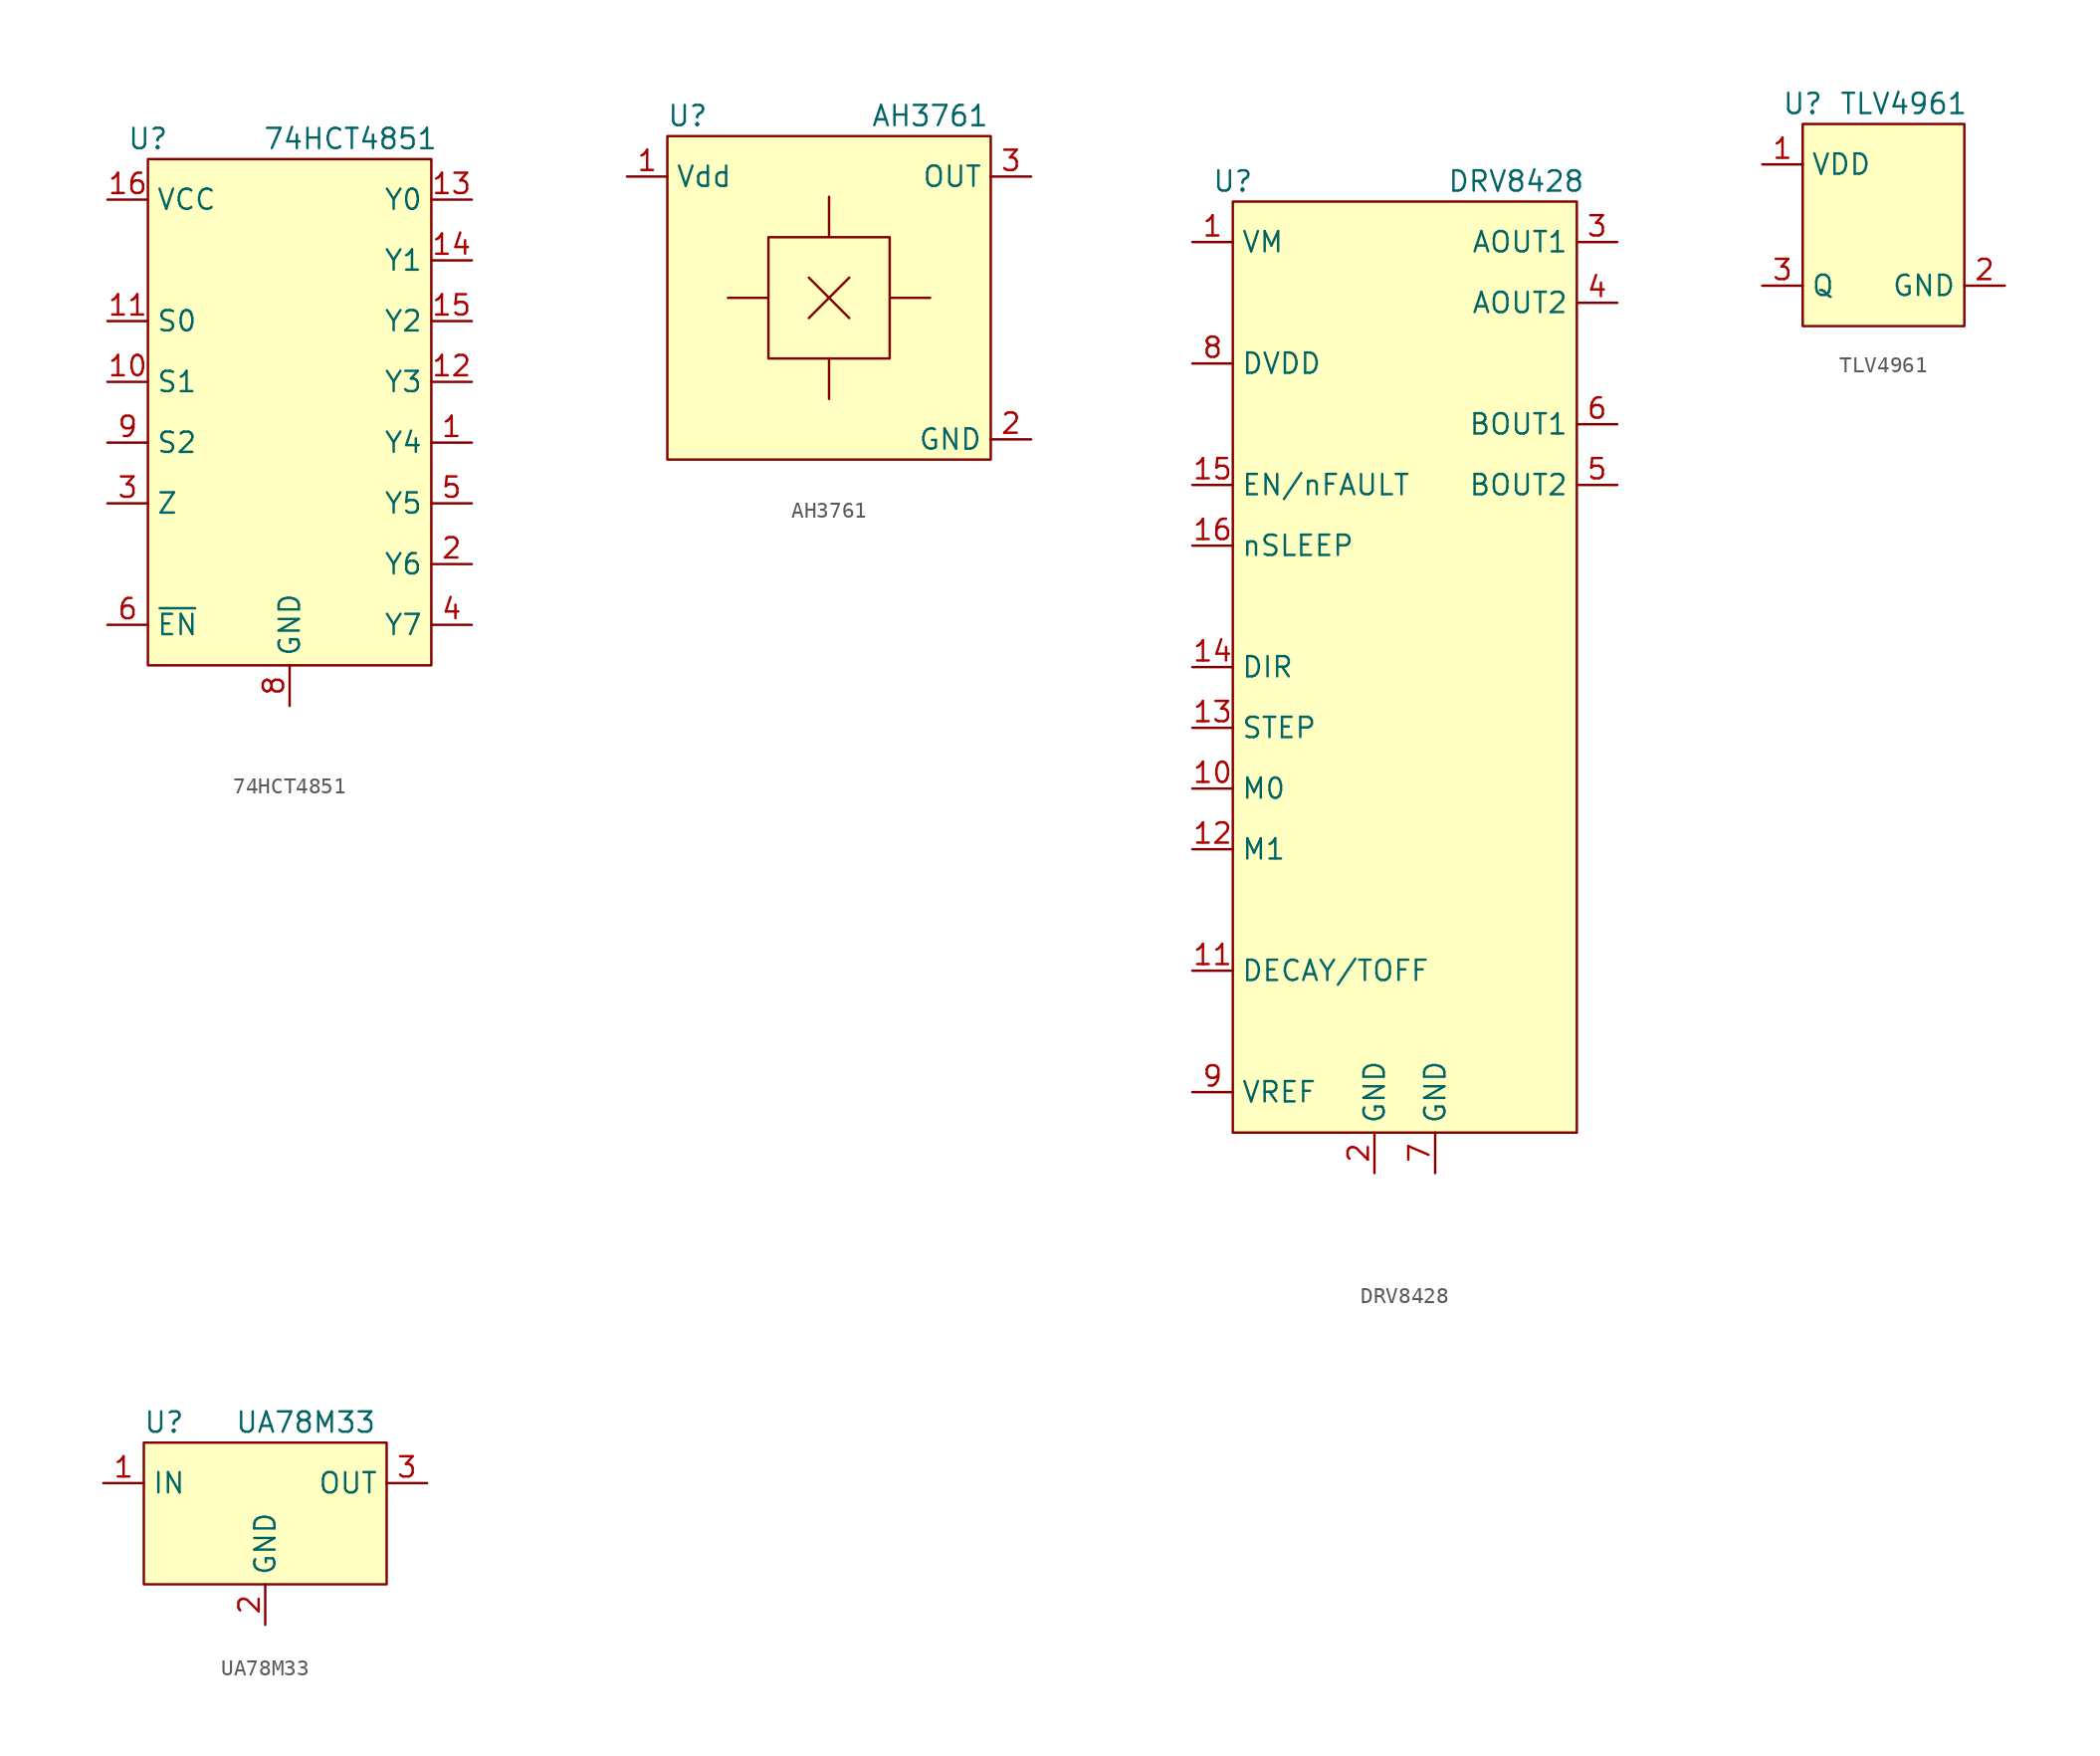
<source format=kicad_sym>
(kicad_symbol_lib
  (version 20220914)
  (generator kicad_symbol_editor)
  (symbol "74HCT4851"
    (property "Reference" "U"
      (at 0 1.27 0)
      (effects (font (size 1.27 1.27))))
    (property "Value" "74HCT4851"
      (at 12.7 1.27 0)
      (effects (font (size 1.27 1.27))))
    (symbol "74HCT4851_1_1"
      (rectangle (start 0 0) (end 17.78 -31.75) (stroke (width 0) (type default)) (fill (type background)))
      (pin output line (at 20.32 -17.78 180) (length 2.54) (name "Y4" (effects (font (size 1.27 1.27)))) (number "1" (effects (font (size 1.27 1.27)))))
      (pin input line (at -2.54 -13.97 0) (length 2.54) (name "S1" (effects (font (size 1.27 1.27)))) (number "10" (effects (font (size 1.27 1.27)))))
      (pin input line (at -2.54 -10.16 0) (length 2.54) (name "S0" (effects (font (size 1.27 1.27)))) (number "11" (effects (font (size 1.27 1.27)))))
      (pin output line (at 20.32 -13.97 180) (length 2.54) (name "Y3" (effects (font (size 1.27 1.27)))) (number "12" (effects (font (size 1.27 1.27)))))
      (pin output line (at 20.32 -2.54 180) (length 2.54) (name "Y0" (effects (font (size 1.27 1.27)))) (number "13" (effects (font (size 1.27 1.27)))))
      (pin output line (at 20.32 -6.35 180) (length 2.54) (name "Y1" (effects (font (size 1.27 1.27)))) (number "14" (effects (font (size 1.27 1.27)))))
      (pin output line (at 20.32 -10.16 180) (length 2.54) (name "Y2" (effects (font (size 1.27 1.27)))) (number "15" (effects (font (size 1.27 1.27)))))
      (pin power_in line (at -2.54 -2.54 0) (length 2.54) (name "VCC" (effects (font (size 1.27 1.27)))) (number "16" (effects (font (size 1.27 1.27)))))
      (pin output line (at 20.32 -25.4 180) (length 2.54) (name "Y6" (effects (font (size 1.27 1.27)))) (number "2" (effects (font (size 1.27 1.27)))))
      (pin input line (at -2.54 -21.59 0) (length 2.54) (name "Z" (effects (font (size 1.27 1.27)))) (number "3" (effects (font (size 1.27 1.27)))))
      (pin output line (at 20.32 -29.21 180) (length 2.54) (name "Y7" (effects (font (size 1.27 1.27)))) (number "4" (effects (font (size 1.27 1.27)))))
      (pin output line (at 20.32 -21.59 180) (length 2.54) (name "Y5" (effects (font (size 1.27 1.27)))) (number "5" (effects (font (size 1.27 1.27)))))
      (pin input line (at -2.54 -29.21 0) (length 2.54) (name "~{EN}" (effects (font (size 1.27 1.27)))) (number "6" (effects (font (size 1.27 1.27)))))
      (pin power_in line (at 8.89 -34.29 90) (length 2.54) (name "GND" (effects (font (size 1.27 1.27)))) (number "8" (effects (font (size 1.27 1.27)))))
      (pin input line (at -2.54 -17.78 0) (length 2.54) (name "S2" (effects (font (size 1.27 1.27)))) (number "9" (effects (font (size 1.27 1.27)))))))
  (symbol "AH3761"
    (property "Reference" "U"
      (at 1.27 1.27 0)
      (effects (font (size 1.27 1.27))))
    (property "Value" "AH3761"
      (at 16.51 1.27 0)
      (effects (font (size 1.27 1.27))))
    (symbol "AH3761_1_1"
      (polyline (pts (xy 8.89 -11.43) (xy 11.43 -8.89)) (stroke (width 0) (type default)) (fill (type none)))
      (polyline (pts (xy 8.89 -8.89) (xy 11.43 -11.43) (xy 10.16 -10.16)) (stroke (width 0) (type default)) (fill (type none)))
      (polyline (pts (xy 10.16 -6.35) (xy 10.16 -3.81) (xy 10.16 -6.35) (xy 6.35 -6.35) (xy 6.35 -13.97) (xy 13.97 -13.97) (xy 13.97 -10.16) (xy 16.51 -10.16) (xy 13.97 -10.16) (xy 13.97 -6.35) (xy 10.16 -6.35) (xy 6.35 -6.35) (xy 6.35 -10.16) (xy 3.81 -10.16) (xy 6.35 -10.16) (xy 6.35 -13.97) (xy 10.16 -13.97) (xy 10.16 -16.51) (xy 10.16 -13.97)) (stroke (width 0) (type default)) (fill (type none)))
      (rectangle (start 0 0) (end 20.32 -20.32) (stroke (width 0) (type default)) (fill (type background)))
      (pin power_in line (at -2.54 -2.54 0) (length 2.54) (name "Vdd" (effects (font (size 1.27 1.27)))) (number "1" (effects (font (size 1.27 1.27)))))
      (pin power_in line (at 22.86 -19.05 180) (length 2.54) (name "GND" (effects (font (size 1.27 1.27)))) (number "2" (effects (font (size 1.27 1.27)))))
      (pin output line (at 22.86 -2.54 180) (length 2.54) (name "OUT" (effects (font (size 1.27 1.27)))) (number "3" (effects (font (size 1.27 1.27)))))))
  (symbol "DRV8428"
    (property "Reference" "U"
      (at 0 1.27 0)
      (effects (font (size 1.27 1.27))))
    (property "Value" "DRV8428"
      (at 17.78 1.27 0)
      (effects (font (size 1.27 1.27))))
    (symbol "DRV8428_1_1"
      (rectangle (start 0 0) (end 21.59 -58.42) (stroke (width 0) (type default)) (fill (type background)))
      (pin power_in line (at -2.54 -2.54 0) (length 2.54) (name "VM" (effects (font (size 1.27 1.27)))) (number "1" (effects (font (size 1.27 1.27)))))
      (pin input line (at -2.54 -36.83 0) (length 2.54) (name "M0" (effects (font (size 1.27 1.27)))) (number "10" (effects (font (size 1.27 1.27)))))
      (pin input line (at -2.54 -48.26 0) (length 2.54) (name "DECAY/TOFF" (effects (font (size 1.27 1.27)))) (number "11" (effects (font (size 1.27 1.27)))))
      (pin input line (at -2.54 -40.64 0) (length 2.54) (name "M1" (effects (font (size 1.27 1.27)))) (number "12" (effects (font (size 1.27 1.27)))))
      (pin input line (at -2.54 -33.02 0) (length 2.54) (name "STEP" (effects (font (size 1.27 1.27)))) (number "13" (effects (font (size 1.27 1.27)))))
      (pin input line (at -2.54 -29.21 0) (length 2.54) (name "DIR" (effects (font (size 1.27 1.27)))) (number "14" (effects (font (size 1.27 1.27)))))
      (pin input line (at -2.54 -17.78 0) (length 2.54) (name "EN/nFAULT" (effects (font (size 1.27 1.27)))) (number "15" (effects (font (size 1.27 1.27)))))
      (pin input line (at -2.54 -21.59 0) (length 2.54) (name "nSLEEP" (effects (font (size 1.27 1.27)))) (number "16" (effects (font (size 1.27 1.27)))))
      (pin power_in line (at 8.89 -60.96 90) (length 2.54) (name "GND" (effects (font (size 1.27 1.27)))) (number "2" (effects (font (size 1.27 1.27)))))
      (pin output line (at 24.13 -2.54 180) (length 2.54) (name "AOUT1" (effects (font (size 1.27 1.27)))) (number "3" (effects (font (size 1.27 1.27)))))
      (pin output line (at 24.13 -6.35 180) (length 2.54) (name "AOUT2" (effects (font (size 1.27 1.27)))) (number "4" (effects (font (size 1.27 1.27)))))
      (pin output line (at 24.13 -17.78 180) (length 2.54) (name "BOUT2" (effects (font (size 1.27 1.27)))) (number "5" (effects (font (size 1.27 1.27)))))
      (pin output line (at 24.13 -13.97 180) (length 2.54) (name "BOUT1" (effects (font (size 1.27 1.27)))) (number "6" (effects (font (size 1.27 1.27)))))
      (pin power_in line (at 12.7 -60.96 90) (length 2.54) (name "GND" (effects (font (size 1.27 1.27)))) (number "7" (effects (font (size 1.27 1.27)))))
      (pin power_in line (at -2.54 -10.16 0) (length 2.54) (name "DVDD" (effects (font (size 1.27 1.27)))) (number "8" (effects (font (size 1.27 1.27)))))
      (pin input line (at -2.54 -55.88 0) (length 2.54) (name "VREF" (effects (font (size 1.27 1.27)))) (number "9" (effects (font (size 1.27 1.27)))))))
  (symbol "TLV4961"
    (property "Reference" "U"
      (at 0 1.27 0)
      (effects (font (size 1.27 1.27))))
    (property "Value" "TLV4961"
      (at 6.35 1.27 0)
      (effects (font (size 1.27 1.27))))
    (symbol "TLV4961_1_1"
      (rectangle (start 0 0) (end 10.16 -12.7) (stroke (width 0) (type default)) (fill (type background)))
      (pin power_in line (at -2.54 -2.54 0) (length 2.54) (name "VDD" (effects (font (size 1.27 1.27)))) (number "1" (effects (font (size 1.27 1.27)))))
      (pin power_in line (at 12.7 -10.16 180) (length 2.54) (name "GND" (effects (font (size 1.27 1.27)))) (number "2" (effects (font (size 1.27 1.27)))))
      (pin output line (at -2.54 -10.16 0) (length 2.54) (name "Q" (effects (font (size 1.27 1.27)))) (number "3" (effects (font (size 1.27 1.27)))))))
  (symbol "UA78M33"
    (property "Reference" "U"
      (at 6.35 2.54 0)
      (effects (font (size 1.27 1.27))))
    (property "Value" "UA78M33"
      (at 15.24 2.54 0)
      (effects (font (size 1.27 1.27))))
    (symbol "UA78M33_1_1"
      (rectangle (start 5.08 1.27) (end 20.32 -7.62) (stroke (width 0) (type default)) (fill (type background)))
      (pin input line (at 2.54 -1.27 0) (length 2.54) (name "IN" (effects (font (size 1.27 1.27)))) (number "1" (effects (font (size 1.27 1.27)))))
      (pin input line (at 12.7 -10.16 90) (length 2.54) (name "GND" (effects (font (size 1.27 1.27)))) (number "2" (effects (font (size 1.27 1.27)))))
      (pin output line (at 22.86 -1.27 180) (length 2.54) (name "OUT" (effects (font (size 1.27 1.27)))) (number "3" (effects (font (size 1.27 1.27))))))))
</source>
